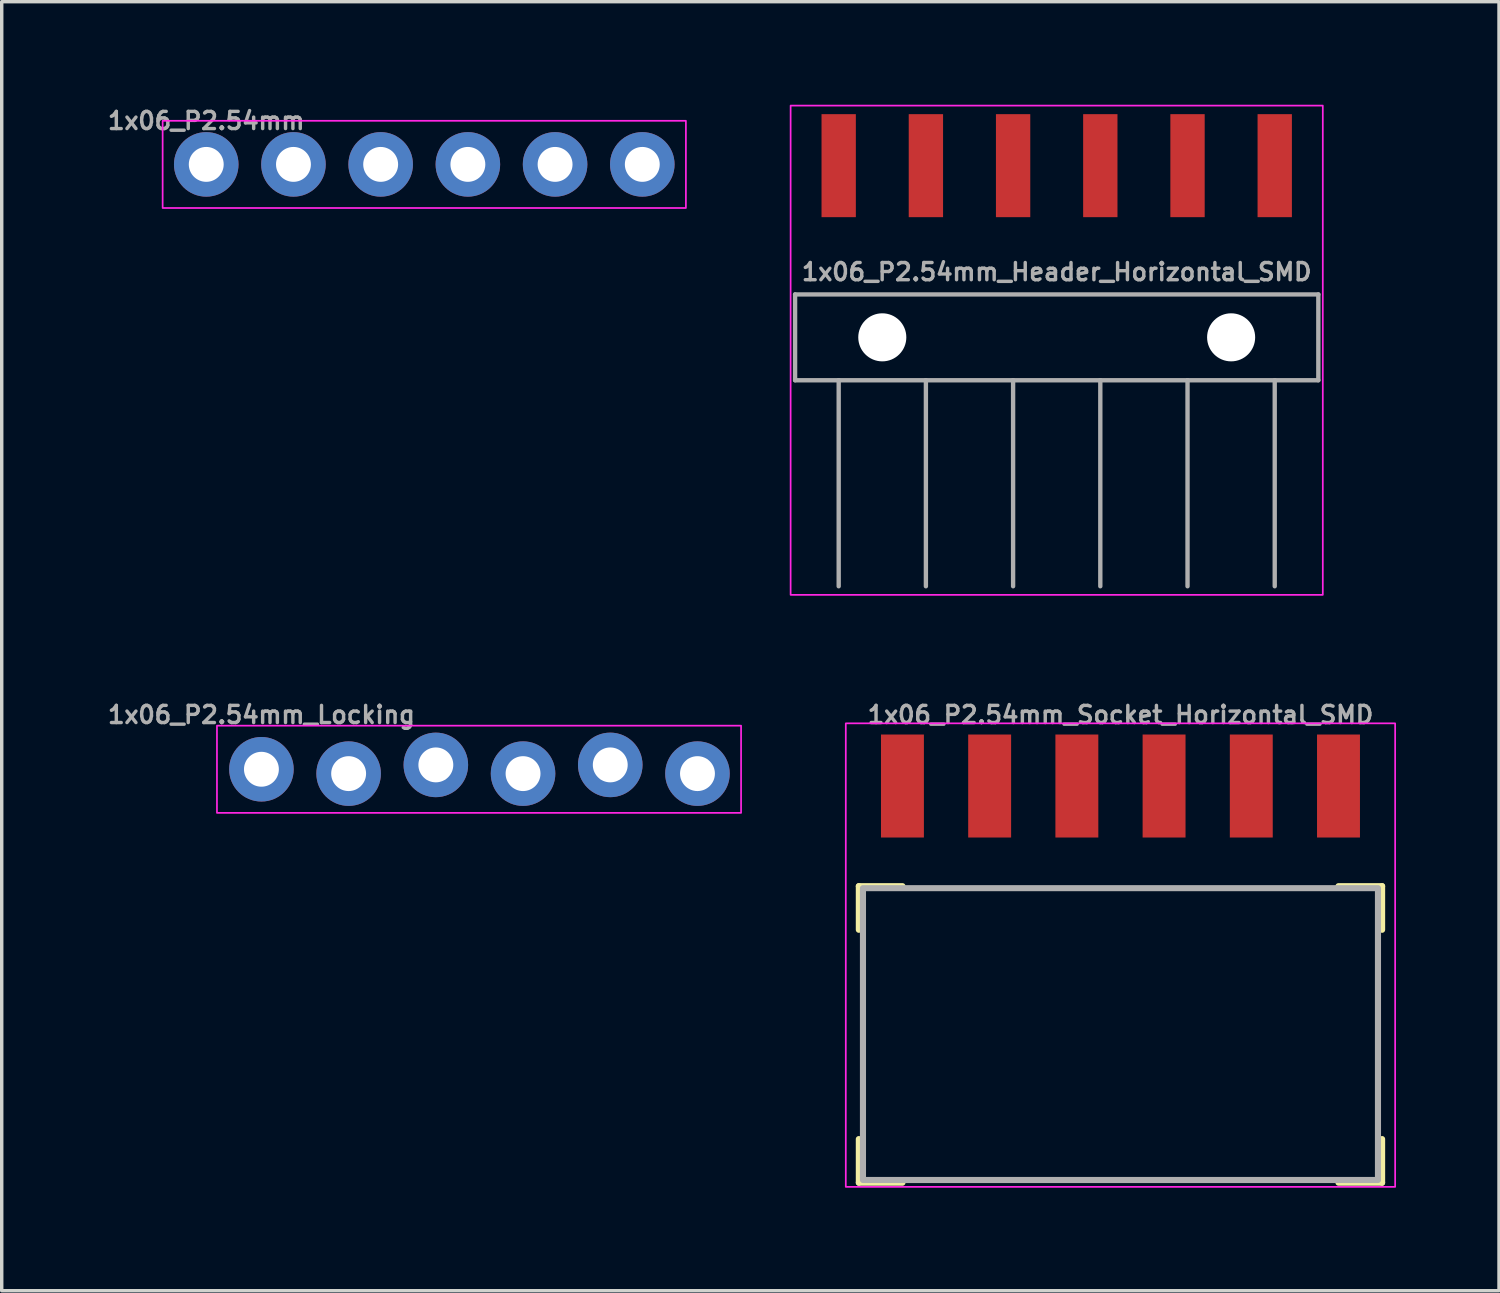
<source format=kicad_pcb>
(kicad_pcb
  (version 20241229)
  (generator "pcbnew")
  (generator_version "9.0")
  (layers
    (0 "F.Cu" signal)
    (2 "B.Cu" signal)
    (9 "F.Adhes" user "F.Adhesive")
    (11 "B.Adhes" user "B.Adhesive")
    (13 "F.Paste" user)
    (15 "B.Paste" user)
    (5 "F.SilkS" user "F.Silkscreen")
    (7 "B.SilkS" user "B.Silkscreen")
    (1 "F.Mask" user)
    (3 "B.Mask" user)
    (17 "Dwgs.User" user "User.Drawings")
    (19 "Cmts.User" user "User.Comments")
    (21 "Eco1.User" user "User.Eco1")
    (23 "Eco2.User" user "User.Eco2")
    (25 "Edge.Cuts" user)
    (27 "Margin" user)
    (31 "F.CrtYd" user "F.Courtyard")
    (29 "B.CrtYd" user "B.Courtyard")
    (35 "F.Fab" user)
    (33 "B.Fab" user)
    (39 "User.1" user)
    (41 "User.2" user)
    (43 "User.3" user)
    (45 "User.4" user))
  (footprint "1x06_P2.54mm"
    (layer "F.Cu")
    (at 2.957 1.738)
    (property "Reference" "1x06_P2.54mm" (at 0 -1.27 0) (layer "F.Fab") (effects (font (size 0.5 0.5) (thickness 0.1) (bold yes))))
    (fp_rect (start -1.27 -1.27) (end 13.97 1.27) (stroke (width 0.05) (type default)) (fill no) (layer "F.CrtYd"))
    (fp_poly (pts (xy -0.254 0.254) (xy 0.254 0.254) (xy 0.254 -0.254) (xy -0.254 -0.254)) (stroke (width 0.1) (type default)) (fill no) (layer "F.Fab"))
    (fp_poly (pts (xy 2.286 0.254) (xy 2.794 0.254) (xy 2.794 -0.254) (xy 2.286 -0.254)) (stroke (width 0.1) (type default)) (fill no) (layer "F.Fab"))
    (fp_poly (pts (xy 4.826 0.254) (xy 5.334 0.254) (xy 5.334 -0.254) (xy 4.826 -0.254)) (stroke (width 0.1) (type default)) (fill no) (layer "F.Fab"))
    (fp_poly (pts (xy 7.366 0.254) (xy 7.874 0.254) (xy 7.874 -0.254) (xy 7.366 -0.254)) (stroke (width 0.1) (type default)) (fill no) (layer "F.Fab"))
    (fp_poly (pts (xy 9.906 0.254) (xy 10.414 0.254) (xy 10.414 -0.254) (xy 9.906 -0.254)) (stroke (width 0.1) (type default)) (fill no) (layer "F.Fab"))
    (fp_poly (pts (xy 12.446 0.254) (xy 12.954 0.254) (xy 12.954 -0.254) (xy 12.446 -0.254)) (stroke (width 0.1) (type default)) (fill no) (layer "F.Fab"))
    (pad "1" thru_hole circle (at 0 0 90) (size 1.88 1.88) (drill 1.016) (layers "*.Cu" "*.Mask") (remove_unused_layers yes) (keep_end_layers yes) (zone_layer_connections))
    (pad "2" thru_hole circle (at 2.54 0 90) (size 1.88 1.88) (drill 1.016) (layers "*.Cu" "*.Mask") (remove_unused_layers yes) (keep_end_layers yes) (zone_layer_connections))
    (pad "3" thru_hole circle (at 5.08 0 90) (size 1.88 1.88) (drill 1.016) (layers "*.Cu" "*.Mask") (remove_unused_layers yes) (keep_end_layers yes) (zone_layer_connections))
    (pad "4" thru_hole circle (at 7.62 0 90) (size 1.88 1.88) (drill 1.016) (layers "*.Cu" "*.Mask") (remove_unused_layers yes) (keep_end_layers yes) (zone_layer_connections))
    (pad "5" thru_hole circle (at 10.16 0 90) (size 1.88 1.88) (drill 1.016) (layers "*.Cu" "*.Mask") (remove_unused_layers yes) (keep_end_layers yes) (zone_layer_connections))
    (pad "6" thru_hole circle (at 12.7 0 90) (size 1.88 1.88) (drill 1.016) (layers "*.Cu" "*.Mask") (remove_unused_layers yes) (keep_end_layers yes) (zone_layer_connections)))
  (footprint "1x06_P2.54mm_Socket_Horizontal_SMD"
    (layer "F.Cu")
    (at 29.584 23.268)
    (property "Reference" "1x06_P2.54mm_Socket_Horizontal_SMD" (at 0 -5.5 0) (unlocked yes) (layer "F.Fab") (effects (font (size 0.5 0.5) (thickness 0.1))))
    (fp_line (start -7.62 -0.508) (end -6.35 -0.508) (stroke (width 0.178) (type default)) (layer "F.SilkS"))
    (fp_line (start -7.62 0.762) (end -7.62 -0.508) (stroke (width 0.178) (type default)) (layer "F.SilkS"))
    (fp_line (start -7.62 8.128) (end -7.62 6.858) (stroke (width 0.178) (type default)) (layer "F.SilkS"))
    (fp_line (start -6.35 8.128) (end -7.62 8.128) (stroke (width 0.178) (type default)) (layer "F.SilkS"))
    (fp_line (start 6.35 -0.508) (end 7.62 -0.508) (stroke (width 0.178) (type default)) (layer "F.SilkS"))
    (fp_line (start 7.62 -0.508) (end 7.62 0.762) (stroke (width 0.178) (type default)) (layer "F.SilkS"))
    (fp_line (start 7.62 6.858) (end 7.62 8.128) (stroke (width 0.178) (type default)) (layer "F.SilkS"))
    (fp_line (start 7.62 8.128) (end 6.35 8.128) (stroke (width 0.178) (type default)) (layer "F.SilkS"))
    (fp_rect (start -8 -5.25) (end 8 8.25) (stroke (width 0.05) (type default)) (fill no) (layer "F.CrtYd"))
    (fp_rect (start -7.5 -0.45) (end 7.5 8.05) (stroke (width 0.178) (type default)) (fill no) (layer "F.Fab"))
    (pad "1" smd rect (at 6.35 -3.425 180) (size 1.25 3) (layers "F.Cu" "F.Mask" "F.Paste"))
    (pad "2" smd rect (at 3.81 -3.425 180) (size 1.25 3) (layers "F.Cu" "F.Mask" "F.Paste"))
    (pad "3" smd rect (at 1.27 -3.425 180) (size 1.25 3) (layers "F.Cu" "F.Mask" "F.Paste"))
    (pad "4" smd rect (at -1.27 -3.425 180) (size 1.25 3) (layers "F.Cu" "F.Mask" "F.Paste"))
    (pad "5" smd rect (at -3.81 -3.425 180) (size 1.25 3) (layers "F.Cu" "F.Mask" "F.Paste"))
    (pad "6" smd rect (at -6.35 -3.425 180) (size 1.25 3) (layers "F.Cu" "F.Mask" "F.Paste")))
  (footprint "1x06_P2.54mm_Locking"
    (layer "F.Cu")
    (at 4.564 19.355)
    (property "Reference" "1x06_P2.54mm_Locking" (at 0 -1.587 0) (layer "F.Fab") (effects (font (size 0.5 0.5) (thickness 0.1))))
    (fp_rect (start -1.295 -1.27) (end 13.97 1.27) (stroke (width 0.05) (type default)) (fill no) (layer "F.CrtYd"))
    (fp_poly (pts (xy -0.254 0.254) (xy 0.254 0.254) (xy 0.254 -0.254) (xy -0.254 -0.254)) (stroke (width 0.1) (type default)) (fill no) (layer "F.Fab"))
    (fp_poly (pts (xy 2.286 0.254) (xy 2.794 0.254) (xy 2.794 -0.254) (xy 2.286 -0.254)) (stroke (width 0.1) (type default)) (fill no) (layer "F.Fab"))
    (fp_poly (pts (xy 4.826 0.254) (xy 5.334 0.254) (xy 5.334 -0.254) (xy 4.826 -0.254)) (stroke (width 0.1) (type default)) (fill no) (layer "F.Fab"))
    (fp_poly (pts (xy 7.366 0.254) (xy 7.874 0.254) (xy 7.874 -0.254) (xy 7.366 -0.254)) (stroke (width 0.1) (type default)) (fill no) (layer "F.Fab"))
    (fp_poly (pts (xy 9.906 0.254) (xy 10.414 0.254) (xy 10.414 -0.254) (xy 9.906 -0.254)) (stroke (width 0.1) (type default)) (fill no) (layer "F.Fab"))
    (fp_poly (pts (xy 12.446 0.254) (xy 12.954 0.254) (xy 12.954 -0.254) (xy 12.446 -0.254)) (stroke (width 0.1) (type default)) (fill no) (layer "F.Fab"))
    (pad "1" thru_hole circle (at 0 0 90) (size 1.88 1.88) (drill 1.016) (layers "*.Cu" "*.Mask") (remove_unused_layers yes) (keep_end_layers yes) (zone_layer_connections))
    (pad "2" thru_hole circle (at 2.54 0.127 90) (size 1.88 1.88) (drill 1.016) (layers "*.Cu" "*.Mask") (remove_unused_layers yes) (keep_end_layers yes) (zone_layer_connections))
    (pad "3" thru_hole circle (at 5.08 -0.127 90) (size 1.88 1.88) (drill 1.016) (layers "*.Cu" "*.Mask") (remove_unused_layers yes) (keep_end_layers yes) (zone_layer_connections))
    (pad "4" thru_hole circle (at 7.62 0.127 90) (size 1.88 1.88) (drill 1.016) (layers "*.Cu" "*.Mask") (remove_unused_layers yes) (keep_end_layers yes) (zone_layer_connections))
    (pad "5" thru_hole circle (at 10.16 -0.127 90) (size 1.88 1.88) (drill 1.016) (layers "*.Cu" "*.Mask") (remove_unused_layers yes) (keep_end_layers yes) (zone_layer_connections))
    (pad "6" thru_hole circle (at 12.7 0.127 90) (size 1.88 1.88) (drill 1.016) (layers "*.Cu" "*.Mask") (remove_unused_layers yes) (keep_end_layers yes) (zone_layer_connections)))
  (footprint "1x06_P2.54mm_Header_Horizontal_SMD"
    (layer "F.Cu")
    (at 27.727 6.775)
    (property "Reference" "1x06_P2.54mm_Header_Horizontal_SMD" (at 0 -1.905 0) (layer "F.Fab") (effects (font (size 0.5 0.5) (thickness 0.1))))
    (attr smd)
    (fp_rect (start -7.75 -6.75) (end 7.75 7.5) (stroke (width 0.05) (type default)) (fill no) (layer "F.CrtYd"))
    (fp_line (start -7.62 -1.25) (end -7.62 1.25) (stroke (width 0.127) (type solid)) (layer "F.Fab"))
    (fp_line (start -7.62 1.25) (end -6.35 1.25) (stroke (width 0.127) (type solid)) (layer "F.Fab"))
    (fp_line (start -6.35 1.25) (end -6.35 7.25) (stroke (width 0.127) (type solid)) (layer "F.Fab"))
    (fp_line (start -6.35 1.25) (end -3.81 1.25) (stroke (width 0.127) (type solid)) (layer "F.Fab"))
    (fp_line (start -3.81 1.25) (end -3.81 7.25) (stroke (width 0.127) (type solid)) (layer "F.Fab"))
    (fp_line (start -3.81 1.25) (end -1.27 1.25) (stroke (width 0.127) (type solid)) (layer "F.Fab"))
    (fp_line (start -1.27 1.25) (end -1.27 7.25) (stroke (width 0.127) (type solid)) (layer "F.Fab"))
    (fp_line (start -1.27 1.25) (end 1.27 1.25) (stroke (width 0.127) (type solid)) (layer "F.Fab"))
    (fp_line (start 1.27 1.25) (end 1.27 7.25) (stroke (width 0.127) (type solid)) (layer "F.Fab"))
    (fp_line (start 1.27 1.25) (end 3.81 1.25) (stroke (width 0.127) (type solid)) (layer "F.Fab"))
    (fp_line (start 3.81 1.25) (end 3.81 7.25) (stroke (width 0.127) (type solid)) (layer "F.Fab"))
    (fp_line (start 3.81 1.25) (end 6.35 1.25) (stroke (width 0.127) (type solid)) (layer "F.Fab"))
    (fp_line (start 6.35 1.25) (end 6.35 7.25) (stroke (width 0.127) (type solid)) (layer "F.Fab"))
    (fp_line (start 6.35 1.25) (end 7.62 1.25) (stroke (width 0.127) (type solid)) (layer "F.Fab"))
    (fp_line (start 7.62 -1.25) (end -7.62 -1.25) (stroke (width 0.127) (type solid)) (layer "F.Fab"))
    (fp_line (start 7.62 1.25) (end 7.62 -1.25) (stroke (width 0.127) (type solid)) (layer "F.Fab"))
    (pad "" np_thru_hole circle (at -5.08 0) (size 1.4 1.4) (drill 1.4) (layers "*.Cu" "*.Mask"))
    (pad "" np_thru_hole circle (at 5.08 0) (size 1.4 1.4) (drill 1.4) (layers "*.Cu" "*.Mask"))
    (pad "1" smd rect (at -6.35 -5 90) (size 3 1) (layers "F.Cu" "F.Mask" "F.Paste"))
    (pad "2" smd rect (at -3.81 -5 90) (size 3 1) (layers "F.Cu" "F.Mask" "F.Paste"))
    (pad "3" smd rect (at -1.27 -5 90) (size 3 1) (layers "F.Cu" "F.Mask" "F.Paste"))
    (pad "4" smd rect (at 1.27 -5 90) (size 3 1) (layers "F.Cu" "F.Mask" "F.Paste"))
    (pad "5" smd rect (at 3.81 -5 90) (size 3 1) (layers "F.Cu" "F.Mask" "F.Paste"))
    (pad "6" smd rect (at 6.35 -5 90) (size 3 1) (layers "F.Cu" "F.Mask" "F.Paste")))
  (gr_rect
    (start -3 -3)
    (end 40.609 34.543)
    (stroke (width 0.1) (type default))
    (fill no)
    (layer "Edge.Cuts")))
</source>
